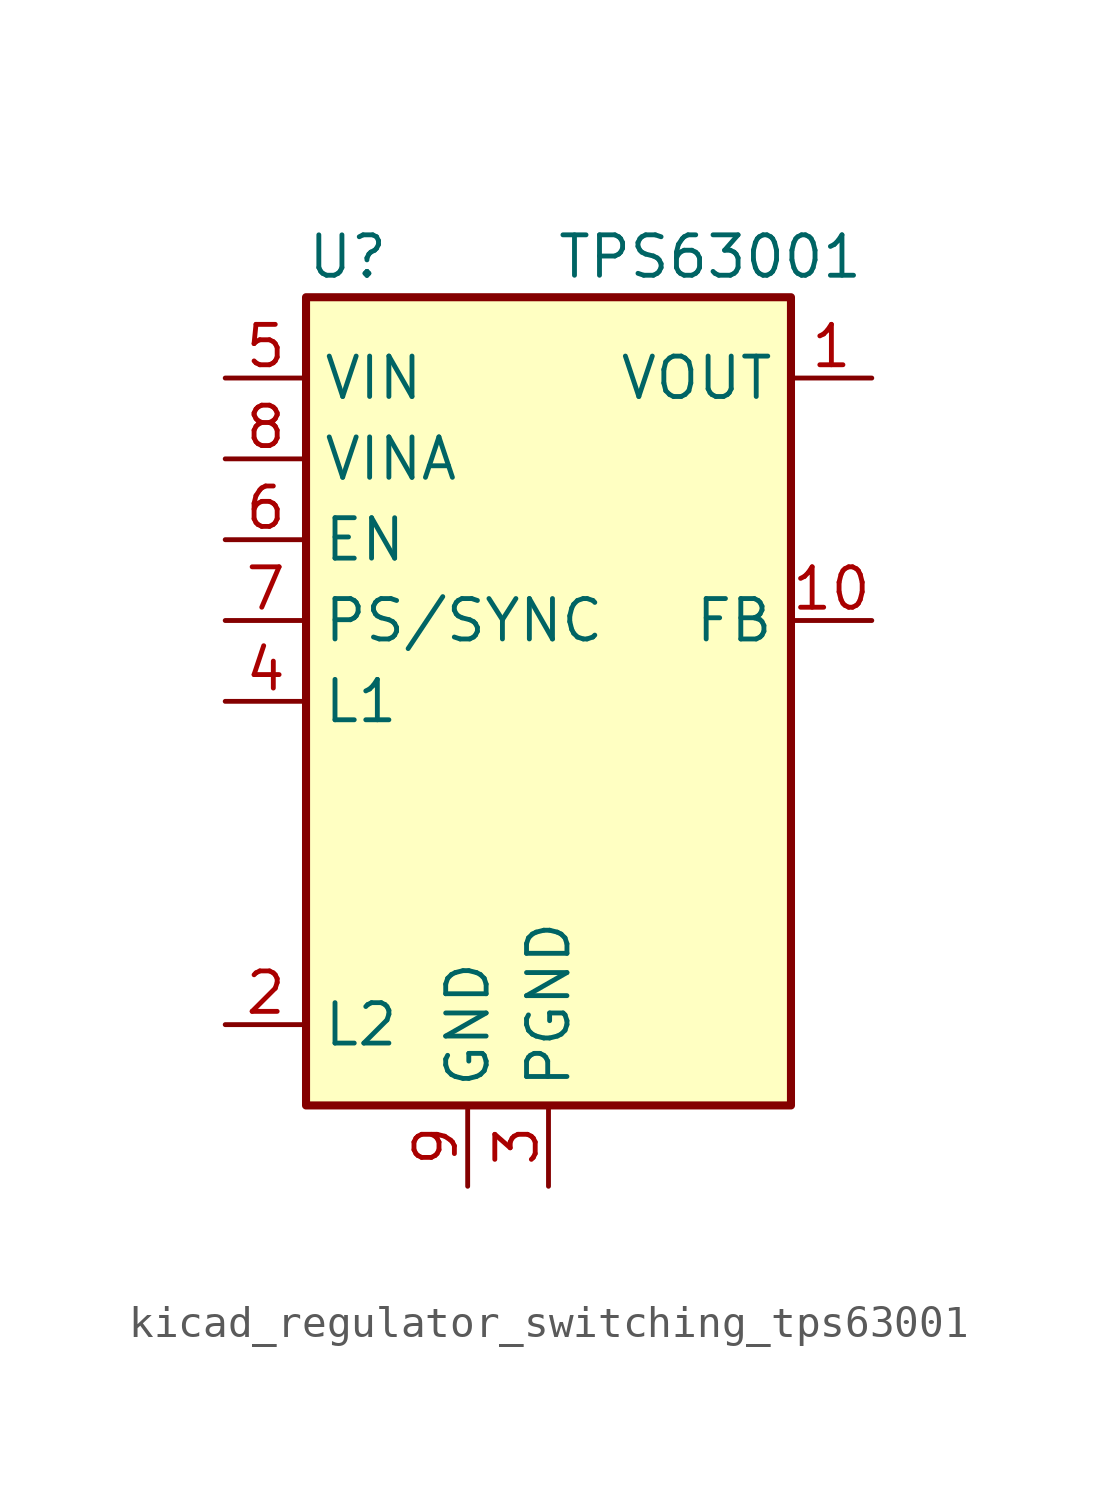
<source format=kicad_sym>
(kicad_symbol_lib
  (version 20220914)
  (generator kicad_symbol_editor)
  (symbol "kicad_regulator_switching_tps63001"
    (property "Reference" "U"
      (at -7.62 13.97 0)
      (effects (font (size 1.27 1.27)) (justify left)))
    (property "Value" "TPS63001"
      (at 5.08 13.97 0)
      (effects (font (size 1.27 1.27))))
    (symbol "kicad_regulator_switching_tps63001_0_1"
      (rectangle (start -7.62 12.7) (end 7.62 -12.7) (stroke (width 0.254) (type default)) (fill (type background))))
    (symbol "kicad_regulator_switching_tps63001_1_1"
      (pin power_out line (at 10.16 10.16 180) (length 2.54) (name "VOUT" (effects (font (size 1.27 1.27)))) (number "1" (effects (font (size 1.27 1.27)))))
      (pin input line (at 10.16 2.54 180) (length 2.54) (name "FB" (effects (font (size 1.27 1.27)))) (number "10" (effects (font (size 1.27 1.27)))))
      (pin passive line (at 0 -15.24 90) (length 2.54) hide (name "PGND" (effects (font (size 1.27 1.27)))) (number "11" (effects (font (size 1.27 1.27)))))
      (pin input line (at -10.16 -10.16 0) (length 2.54) (name "L2" (effects (font (size 1.27 1.27)))) (number "2" (effects (font (size 1.27 1.27)))))
      (pin power_in line (at 0 -15.24 90) (length 2.54) (name "PGND" (effects (font (size 1.27 1.27)))) (number "3" (effects (font (size 1.27 1.27)))))
      (pin input line (at -10.16 0 0) (length 2.54) (name "L1" (effects (font (size 1.27 1.27)))) (number "4" (effects (font (size 1.27 1.27)))))
      (pin power_in line (at -10.16 10.16 0) (length 2.54) (name "VIN" (effects (font (size 1.27 1.27)))) (number "5" (effects (font (size 1.27 1.27)))))
      (pin input line (at -10.16 5.08 0) (length 2.54) (name "EN" (effects (font (size 1.27 1.27)))) (number "6" (effects (font (size 1.27 1.27)))))
      (pin input line (at -10.16 2.54 0) (length 2.54) (name "PS/SYNC" (effects (font (size 1.27 1.27)))) (number "7" (effects (font (size 1.27 1.27)))))
      (pin power_in line (at -10.16 7.62 0) (length 2.54) (name "VINA" (effects (font (size 1.27 1.27)))) (number "8" (effects (font (size 1.27 1.27)))))
      (pin power_in line (at -2.54 -15.24 90) (length 2.54) (name "GND" (effects (font (size 1.27 1.27)))) (number "9" (effects (font (size 1.27 1.27))))))))
</source>
